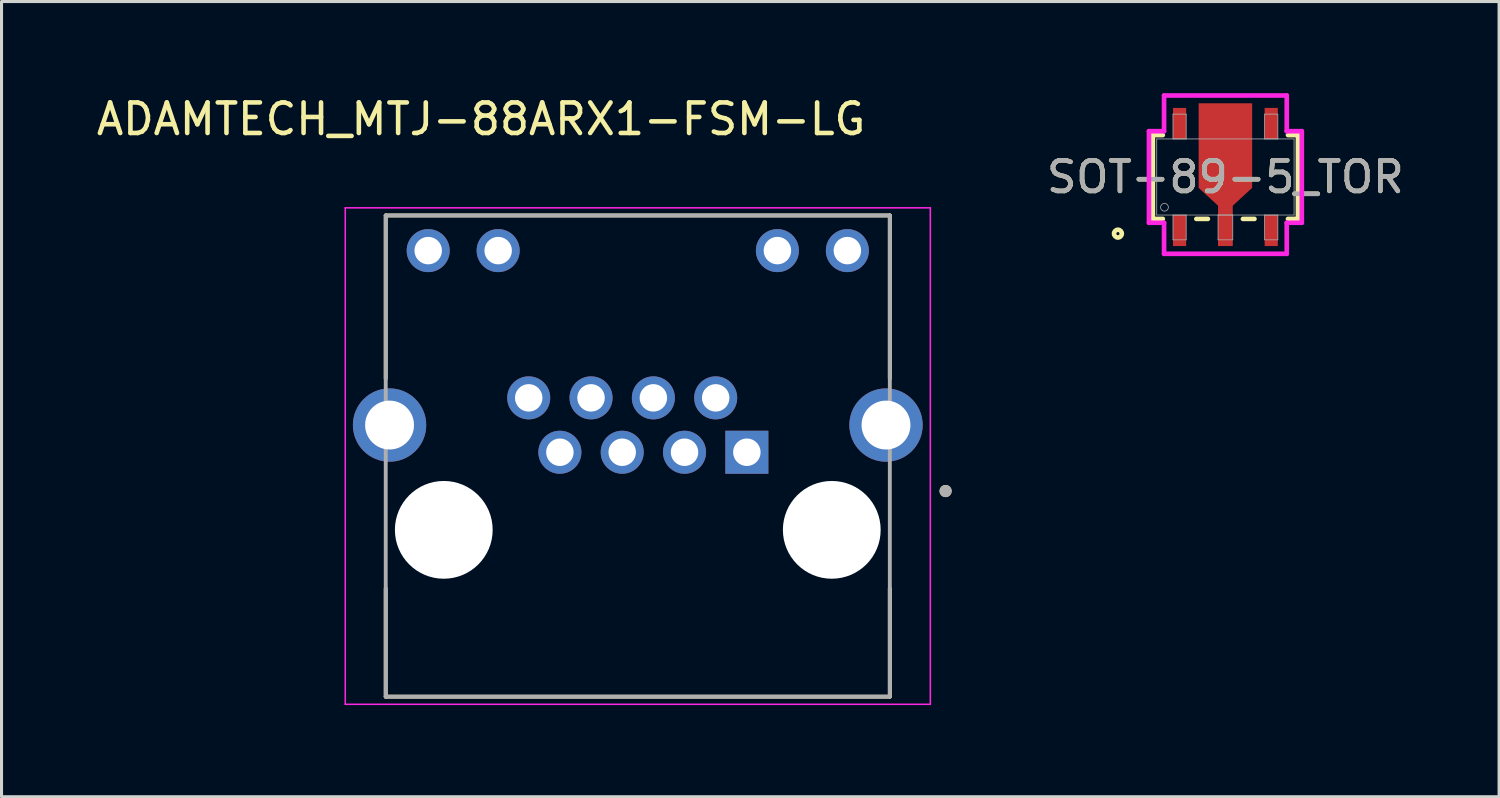
<source format=kicad_pcb>
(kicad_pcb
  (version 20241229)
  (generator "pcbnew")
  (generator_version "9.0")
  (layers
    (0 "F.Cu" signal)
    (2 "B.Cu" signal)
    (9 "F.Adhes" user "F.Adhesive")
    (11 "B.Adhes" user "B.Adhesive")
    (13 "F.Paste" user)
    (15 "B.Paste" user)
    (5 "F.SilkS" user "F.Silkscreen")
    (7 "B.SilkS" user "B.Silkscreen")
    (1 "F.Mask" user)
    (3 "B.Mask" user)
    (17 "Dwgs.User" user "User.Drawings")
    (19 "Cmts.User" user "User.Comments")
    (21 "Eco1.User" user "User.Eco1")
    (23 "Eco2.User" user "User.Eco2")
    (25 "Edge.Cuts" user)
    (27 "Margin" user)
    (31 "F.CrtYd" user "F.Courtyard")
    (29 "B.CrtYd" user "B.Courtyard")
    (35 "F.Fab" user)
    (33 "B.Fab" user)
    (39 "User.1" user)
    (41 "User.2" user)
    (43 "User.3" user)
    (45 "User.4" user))
  (footprint "ADAMTECH_MTJ-88ARX1-FSM-LG"
    (layer "F.Cu")
    (at 17.826 14.293)
    (property "Reference" "ADAMTECH_MTJ-88ARX1-FSM-LG" (at -5.13 -13.445 0) (layer "F.SilkS") (effects (font (size 1 1) (thickness 0.15))))
    (attr through_hole)
    (fp_line (start -8.25 -10.29) (end 8.25 -10.29) (stroke (width 0.127) (type solid)) (layer "F.SilkS"))
    (fp_line (start -8.25 -4.95) (end -8.25 -10.29) (stroke (width 0.127) (type solid)) (layer "F.SilkS"))
    (fp_line (start -8.25 5.46) (end -8.25 1.92) (stroke (width 0.127) (type solid)) (layer "F.SilkS"))
    (fp_line (start 8.25 -10.29) (end 8.25 -4.95) (stroke (width 0.127) (type solid)) (layer "F.SilkS"))
    (fp_line (start 8.25 5.46) (end -8.25 5.46) (stroke (width 0.127) (type solid)) (layer "F.SilkS"))
    (fp_line (start 8.25 5.46) (end 8.25 1.92) (stroke (width 0.127) (type solid)) (layer "F.SilkS"))
    (fp_circle (center 10.075 -1.27) (end 10.175 -1.27) (stroke (width 0.2) (type solid)) (fill no) (layer "F.SilkS"))
    (fp_line (start -9.575 -10.54) (end -9.575 5.71) (stroke (width 0.05) (type solid)) (layer "F.CrtYd"))
    (fp_line (start -9.575 5.71) (end 9.575 5.71) (stroke (width 0.05) (type solid)) (layer "F.CrtYd"))
    (fp_line (start 9.575 -10.54) (end -9.575 -10.54) (stroke (width 0.05) (type solid)) (layer "F.CrtYd"))
    (fp_line (start 9.575 5.71) (end 9.575 -10.54) (stroke (width 0.05) (type solid)) (layer "F.CrtYd"))
    (fp_line (start -8.25 -10.29) (end 8.25 -10.29) (stroke (width 0.127) (type solid)) (layer "F.Fab"))
    (fp_line (start -8.25 5.46) (end -8.25 -10.29) (stroke (width 0.127) (type solid)) (layer "F.Fab"))
    (fp_line (start 8.25 -10.29) (end 8.25 5.46) (stroke (width 0.127) (type solid)) (layer "F.Fab"))
    (fp_line (start 8.25 5.46) (end -8.25 5.46) (stroke (width 0.127) (type solid)) (layer "F.Fab"))
    (fp_circle (center 10.075 -1.27) (end 10.175 -1.27) (stroke (width 0.2) (type solid)) (fill no) (layer "F.Fab"))
    (pad "" np_thru_hole circle (at -6.35 0) (size 3.2 3.2) (drill 3.2) (layers "*.Cu" "*.Mask"))
    (pad "" np_thru_hole circle (at 6.35 0) (size 3.2 3.2) (drill 3.2) (layers "*.Cu" "*.Mask"))
    (pad "1" thru_hole rect (at 3.57 -2.54) (size 1.408 1.408) (drill 0.9) (layers "*.Cu" "*.Mask"))
    (pad "2" thru_hole circle (at 2.55 -4.32) (size 1.408 1.408) (drill 0.9) (layers "*.Cu" "*.Mask"))
    (pad "3" thru_hole circle (at 1.53 -2.54) (size 1.408 1.408) (drill 0.9) (layers "*.Cu" "*.Mask"))
    (pad "4" thru_hole circle (at 0.51 -4.32) (size 1.408 1.408) (drill 0.9) (layers "*.Cu" "*.Mask"))
    (pad "5" thru_hole circle (at -0.51 -2.54) (size 1.408 1.408) (drill 0.9) (layers "*.Cu" "*.Mask"))
    (pad "6" thru_hole circle (at -1.53 -4.32) (size 1.408 1.408) (drill 0.9) (layers "*.Cu" "*.Mask"))
    (pad "7" thru_hole circle (at -2.55 -2.54) (size 1.408 1.408) (drill 0.9) (layers "*.Cu" "*.Mask"))
    (pad "8" thru_hole circle (at -3.57 -4.32) (size 1.408 1.408) (drill 0.9) (layers "*.Cu" "*.Mask"))
    (pad "9" thru_hole circle (at 6.86 -9.14) (size 1.408 1.408) (drill 0.9) (layers "*.Cu" "*.Mask"))
    (pad "10" thru_hole circle (at 4.57 -9.14) (size 1.408 1.408) (drill 0.9) (layers "*.Cu" "*.Mask"))
    (pad "11" thru_hole circle (at -4.57 -9.14) (size 1.408 1.408) (drill 0.9) (layers "*.Cu" "*.Mask"))
    (pad "12" thru_hole circle (at -6.86 -9.14) (size 1.408 1.408) (drill 0.9) (layers "*.Cu" "*.Mask"))
    (pad "SH1" thru_hole circle (at -8.125 -3.43) (size 2.4 2.4) (drill 1.6) (layers "*.Cu" "*.Mask"))
    (pad "SH2" thru_hole circle (at 8.125 -3.43) (size 2.4 2.4) (drill 1.6) (layers "*.Cu" "*.Mask")))
  (footprint "SOT-89-5_TOR"
    (layer "F.Cu")
    (at 37.06 2.743)
    (property "Reference" "SOT-89-5_TOR" (at 0 0 0) (unlocked yes) (layer "F.SilkS") (effects (font (size 1 1) (thickness 0.15))))
    (attr smd)
    (fp_poly (pts (xy -0.241 1.245) (xy -0.241 0.94) (xy -0.876 0.356) (xy -0.876 -2.413) (xy -0.241 -2.413) (xy 0.241 -2.413) (xy 0.876 -2.413) (xy 0.876 0.356) (xy 0.241 0.94) (xy 0.241 1.245)) (stroke (width 0) (type solid)) (fill yes) (layer "F.Cu"))
    (fp_poly (pts (xy -0.241 1.245) (xy -0.241 0.94) (xy -0.876 0.356) (xy -0.876 -2.413) (xy -0.241 -2.413) (xy 0.241 -2.413) (xy 0.876 -2.413) (xy 0.876 0.356) (xy 0.241 0.94) (xy 0.241 1.245)) (stroke (width 0) (type solid)) (fill yes) (layer "F.Mask"))
    (fp_line (start -2.375 -1.372) (end -2.375 1.372) (stroke (width 0.152) (type solid)) (layer "F.SilkS"))
    (fp_line (start -2.375 1.372) (end -2.049 1.372) (stroke (width 0.152) (type solid)) (layer "F.SilkS"))
    (fp_line (start -2.049 -1.372) (end -2.375 -1.372) (stroke (width 0.152) (type solid)) (layer "F.SilkS"))
    (fp_line (start -0.951 1.372) (end -0.574 1.372) (stroke (width 0.152) (type solid)) (layer "F.SilkS"))
    (fp_line (start 0.574 1.372) (end 0.951 1.372) (stroke (width 0.152) (type solid)) (layer "F.SilkS"))
    (fp_line (start 2.049 1.372) (end 2.375 1.372) (stroke (width 0.152) (type solid)) (layer "F.SilkS"))
    (fp_line (start 2.375 -1.372) (end 2.049 -1.372) (stroke (width 0.152) (type solid)) (layer "F.SilkS"))
    (fp_line (start 2.375 1.372) (end 2.375 -1.372) (stroke (width 0.152) (type solid)) (layer "F.SilkS"))
    (fp_circle (center -3.518 1.854) (end -3.391 1.854) (stroke (width 0.152) (type solid)) (fill no) (layer "F.SilkS"))
    (fp_poly (pts (xy -0.241 1.245) (xy -0.241 0.94) (xy -0.876 0.356) (xy -0.876 -2.413) (xy -0.241 -2.413) (xy 0.241 -2.413) (xy 0.876 -2.413) (xy 0.876 0.356) (xy 0.241 0.94) (xy 0.241 1.245)) (stroke (width 0) (type solid)) (fill yes) (layer "F.Paste"))
    (fp_line (start -2.502 -1.499) (end -2.008 -1.499) (stroke (width 0.152) (type solid)) (layer "F.CrtYd"))
    (fp_line (start -2.502 1.499) (end -2.502 -1.499) (stroke (width 0.152) (type solid)) (layer "F.CrtYd"))
    (fp_line (start -2.008 -2.667) (end 2.008 -2.667) (stroke (width 0.152) (type solid)) (layer "F.CrtYd"))
    (fp_line (start -2.008 -1.499) (end -2.008 -2.667) (stroke (width 0.152) (type solid)) (layer "F.CrtYd"))
    (fp_line (start -2.008 1.499) (end -2.502 1.499) (stroke (width 0.152) (type solid)) (layer "F.CrtYd"))
    (fp_line (start -2.008 2.515) (end -2.008 1.499) (stroke (width 0.152) (type solid)) (layer "F.CrtYd"))
    (fp_line (start 2.008 -2.667) (end 2.008 -1.499) (stroke (width 0.152) (type solid)) (layer "F.CrtYd"))
    (fp_line (start 2.008 -1.499) (end 2.502 -1.499) (stroke (width 0.152) (type solid)) (layer "F.CrtYd"))
    (fp_line (start 2.008 1.499) (end 2.008 2.515) (stroke (width 0.152) (type solid)) (layer "F.CrtYd"))
    (fp_line (start 2.008 2.515) (end -2.008 2.515) (stroke (width 0.152) (type solid)) (layer "F.CrtYd"))
    (fp_line (start 2.502 -1.499) (end 2.502 1.499) (stroke (width 0.152) (type solid)) (layer "F.CrtYd"))
    (fp_line (start 2.502 1.499) (end 2.008 1.499) (stroke (width 0.152) (type solid)) (layer "F.CrtYd"))
    (fp_line (start -2.248 -1.245) (end -2.248 1.245) (stroke (width 0.025) (type solid)) (layer "F.Fab"))
    (fp_line (start -2.248 1.245) (end 2.248 1.245) (stroke (width 0.025) (type solid)) (layer "F.Fab"))
    (fp_line (start -1.716 -2.057) (end -1.716 -1.245) (stroke (width 0.025) (type solid)) (layer "F.Fab"))
    (fp_line (start -1.716 -1.245) (end -1.284 -1.245) (stroke (width 0.025) (type solid)) (layer "F.Fab"))
    (fp_line (start -1.716 1.245) (end -1.716 2.057) (stroke (width 0.025) (type solid)) (layer "F.Fab"))
    (fp_line (start -1.716 2.057) (end -1.284 2.057) (stroke (width 0.025) (type solid)) (layer "F.Fab"))
    (fp_line (start -1.284 -2.057) (end -1.716 -2.057) (stroke (width 0.025) (type solid)) (layer "F.Fab"))
    (fp_line (start -1.284 -1.245) (end -1.284 -2.057) (stroke (width 0.025) (type solid)) (layer "F.Fab"))
    (fp_line (start -1.284 1.245) (end -1.716 1.245) (stroke (width 0.025) (type solid)) (layer "F.Fab"))
    (fp_line (start -1.284 2.057) (end -1.284 1.245) (stroke (width 0.025) (type solid)) (layer "F.Fab"))
    (fp_line (start -0.241 1.245) (end -0.241 2.057) (stroke (width 0.025) (type solid)) (layer "F.Fab"))
    (fp_line (start -0.241 2.057) (end 0.241 2.057) (stroke (width 0.025) (type solid)) (layer "F.Fab"))
    (fp_line (start 0.241 1.245) (end -0.241 1.245) (stroke (width 0.025) (type solid)) (layer "F.Fab"))
    (fp_line (start 0.241 2.057) (end 0.241 1.245) (stroke (width 0.025) (type solid)) (layer "F.Fab"))
    (fp_line (start 1.284 -2.057) (end 1.284 -1.245) (stroke (width 0.025) (type solid)) (layer "F.Fab"))
    (fp_line (start 1.284 -1.245) (end 1.716 -1.245) (stroke (width 0.025) (type solid)) (layer "F.Fab"))
    (fp_line (start 1.284 1.245) (end 1.284 2.057) (stroke (width 0.025) (type solid)) (layer "F.Fab"))
    (fp_line (start 1.284 2.057) (end 1.716 2.057) (stroke (width 0.025) (type solid)) (layer "F.Fab"))
    (fp_line (start 1.716 -2.057) (end 1.284 -2.057) (stroke (width 0.025) (type solid)) (layer "F.Fab"))
    (fp_line (start 1.716 -1.245) (end 1.716 -2.057) (stroke (width 0.025) (type solid)) (layer "F.Fab"))
    (fp_line (start 1.716 1.245) (end 1.284 1.245) (stroke (width 0.025) (type solid)) (layer "F.Fab"))
    (fp_line (start 1.716 2.057) (end 1.716 1.245) (stroke (width 0.025) (type solid)) (layer "F.Fab"))
    (fp_line (start 2.248 -1.245) (end -2.248 -1.245) (stroke (width 0.025) (type solid)) (layer "F.Fab"))
    (fp_line (start 2.248 1.245) (end 2.248 -1.245) (stroke (width 0.025) (type solid)) (layer "F.Fab"))
    (fp_circle (center -1.994 0.991) (end -1.867 0.991) (stroke (width 0.025) (type solid)) (fill no) (layer "F.Fab"))
    (fp_text user "${REFERENCE}" (at 0 0 0) (unlocked yes) (layer "F.Fab") (effects (font (size 1 1) (thickness 0.15))))
    (pad "1" smd rect (at -1.5 1.753) (size 0.432 1.016) (layers "F.Cu" "F.Mask" "F.Paste"))
    (pad "2" smd rect (at 0 1.753) (size 0.483 1.016) (layers "F.Cu" "F.Mask" "F.Paste"))
    (pad "3" smd rect (at 1.5 1.753) (size 0.432 1.016) (layers "F.Cu" "F.Mask" "F.Paste"))
    (pad "4" smd rect (at 1.5 -1.753) (size 0.432 1.016) (layers "F.Cu" "F.Mask" "F.Paste"))
    (pad "5" smd rect (at -1.5 -1.753) (size 0.432 1.016) (layers "F.Cu" "F.Mask" "F.Paste")))
  (gr_rect
    (start -3 -3)
    (end 46.018 23.028)
    (stroke (width 0.1) (type default))
    (fill no)
    (layer "Edge.Cuts")))
</source>
